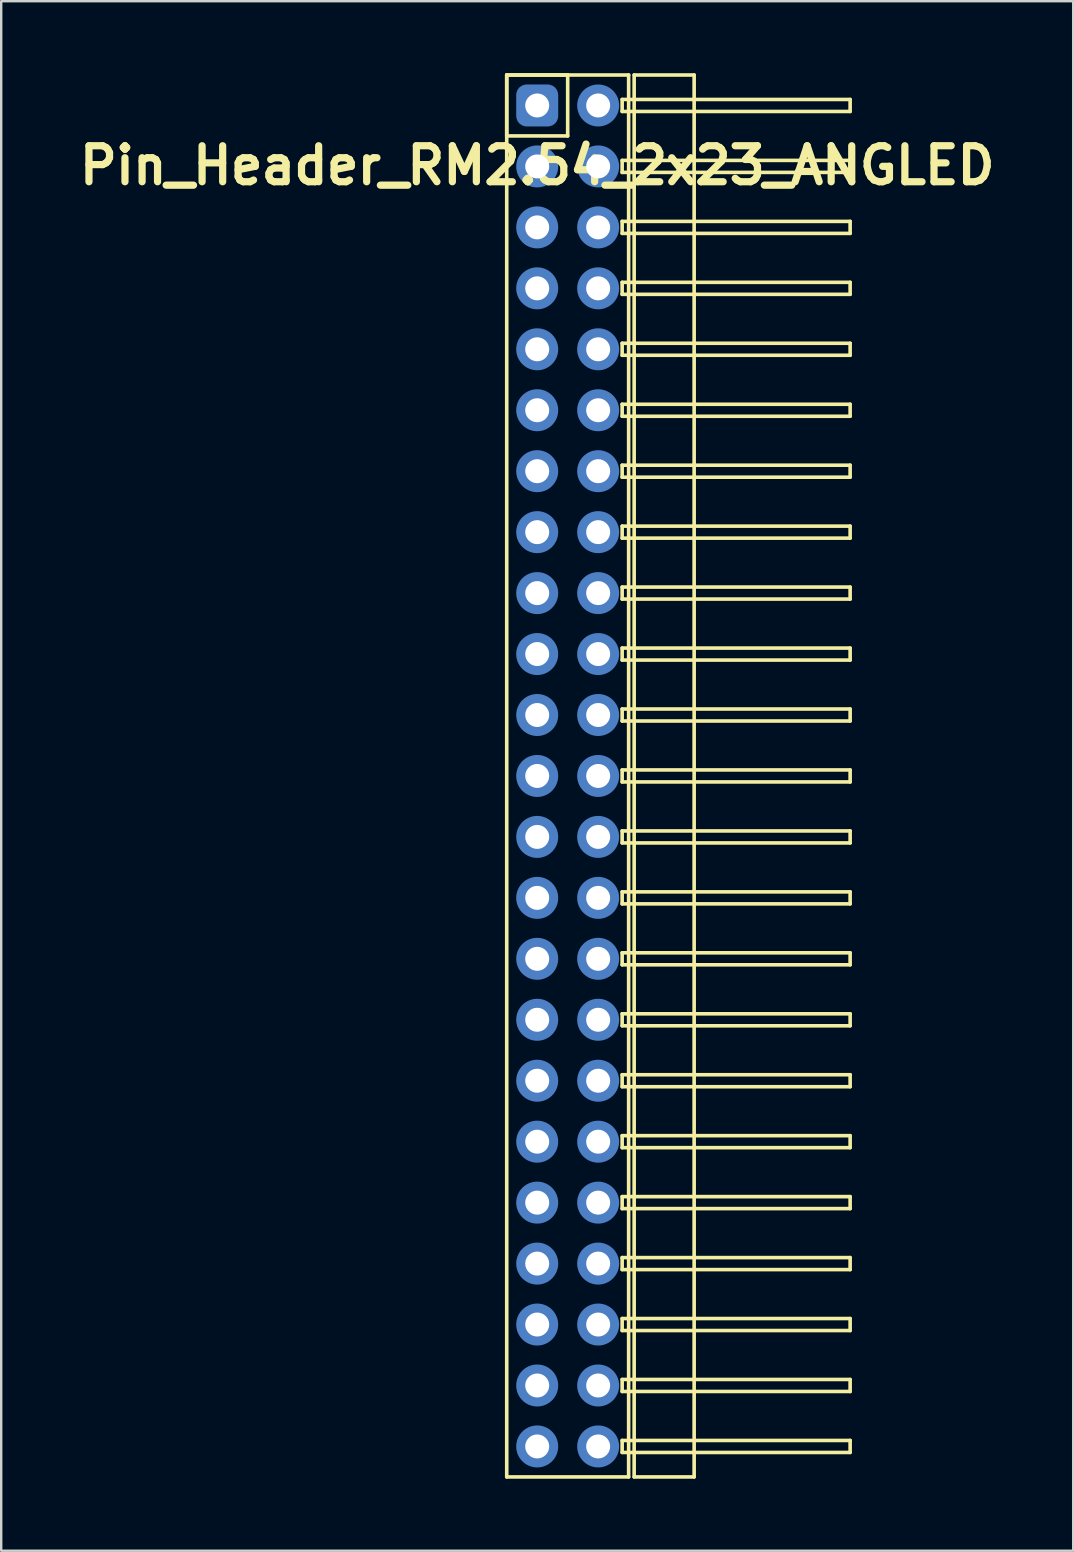
<source format=kicad_pcb>
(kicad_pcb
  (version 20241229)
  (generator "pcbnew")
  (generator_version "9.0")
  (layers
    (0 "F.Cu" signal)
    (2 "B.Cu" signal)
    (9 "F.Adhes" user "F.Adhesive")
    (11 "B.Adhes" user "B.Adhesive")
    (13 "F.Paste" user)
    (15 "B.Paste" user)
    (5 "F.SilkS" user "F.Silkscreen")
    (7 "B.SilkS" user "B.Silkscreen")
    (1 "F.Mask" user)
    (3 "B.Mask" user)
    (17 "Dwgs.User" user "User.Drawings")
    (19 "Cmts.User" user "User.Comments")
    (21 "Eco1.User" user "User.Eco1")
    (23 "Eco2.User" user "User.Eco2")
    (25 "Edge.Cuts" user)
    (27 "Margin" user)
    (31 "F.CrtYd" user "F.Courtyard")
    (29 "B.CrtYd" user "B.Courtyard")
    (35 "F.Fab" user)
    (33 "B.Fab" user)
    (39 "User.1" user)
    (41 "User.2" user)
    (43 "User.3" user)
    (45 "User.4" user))
  (footprint "Pin_Header_RM2.54_2x23_ANGLED"
    (layer "F.Cu")
    (at 19.336 1.345)
    (property "Reference" "Pin_Header_RM2.54_2x23_ANGLED" (at 0 2.5 0) (layer "F.SilkS") (effects (font (size 1.5 1.5) (thickness 0.3))))
    (attr through_hole)
    (fp_line (start -1.27 -1.27) (end 1.27 -1.27) (stroke (width 0.15) (type solid)) (layer "F.SilkS"))
    (fp_line (start -1.27 -1.27) (end 3.81 -1.27) (stroke (width 0.15) (type solid)) (layer "F.SilkS"))
    (fp_line (start -1.27 1.27) (end -1.27 -1.27) (stroke (width 0.15) (type solid)) (layer "F.SilkS"))
    (fp_line (start -1.27 57.15) (end -1.27 -1.27) (stroke (width 0.15) (type solid)) (layer "F.SilkS"))
    (fp_line (start 1.27 -1.27) (end 1.27 1.27) (stroke (width 0.15) (type solid)) (layer "F.SilkS"))
    (fp_line (start 1.27 1.27) (end -1.27 1.27) (stroke (width 0.15) (type solid)) (layer "F.SilkS"))
    (fp_line (start 3.54 -0.25) (end 13.04 -0.25) (stroke (width 0.15) (type solid)) (layer "F.SilkS"))
    (fp_line (start 3.54 0.25) (end 3.54 -0.25) (stroke (width 0.15) (type solid)) (layer "F.SilkS"))
    (fp_line (start 3.54 2.29) (end 13.04 2.29) (stroke (width 0.15) (type solid)) (layer "F.SilkS"))
    (fp_line (start 3.54 2.79) (end 3.54 2.29) (stroke (width 0.15) (type solid)) (layer "F.SilkS"))
    (fp_line (start 3.54 4.83) (end 13.04 4.83) (stroke (width 0.15) (type solid)) (layer "F.SilkS"))
    (fp_line (start 3.54 5.33) (end 3.54 4.83) (stroke (width 0.15) (type solid)) (layer "F.SilkS"))
    (fp_line (start 3.54 7.37) (end 13.04 7.37) (stroke (width 0.15) (type solid)) (layer "F.SilkS"))
    (fp_line (start 3.54 7.87) (end 3.54 7.37) (stroke (width 0.15) (type solid)) (layer "F.SilkS"))
    (fp_line (start 3.54 9.91) (end 13.04 9.91) (stroke (width 0.15) (type solid)) (layer "F.SilkS"))
    (fp_line (start 3.54 10.41) (end 3.54 9.91) (stroke (width 0.15) (type solid)) (layer "F.SilkS"))
    (fp_line (start 3.54 12.45) (end 13.04 12.45) (stroke (width 0.15) (type solid)) (layer "F.SilkS"))
    (fp_line (start 3.54 12.95) (end 3.54 12.45) (stroke (width 0.15) (type solid)) (layer "F.SilkS"))
    (fp_line (start 3.54 14.99) (end 13.04 14.99) (stroke (width 0.15) (type solid)) (layer "F.SilkS"))
    (fp_line (start 3.54 15.49) (end 3.54 14.99) (stroke (width 0.15) (type solid)) (layer "F.SilkS"))
    (fp_line (start 3.54 17.53) (end 13.04 17.53) (stroke (width 0.15) (type solid)) (layer "F.SilkS"))
    (fp_line (start 3.54 18.03) (end 3.54 17.53) (stroke (width 0.15) (type solid)) (layer "F.SilkS"))
    (fp_line (start 3.54 20.07) (end 13.04 20.07) (stroke (width 0.15) (type solid)) (layer "F.SilkS"))
    (fp_line (start 3.54 20.57) (end 3.54 20.07) (stroke (width 0.15) (type solid)) (layer "F.SilkS"))
    (fp_line (start 3.54 22.61) (end 13.04 22.61) (stroke (width 0.15) (type solid)) (layer "F.SilkS"))
    (fp_line (start 3.54 23.11) (end 3.54 22.61) (stroke (width 0.15) (type solid)) (layer "F.SilkS"))
    (fp_line (start 3.54 25.15) (end 13.04 25.15) (stroke (width 0.15) (type solid)) (layer "F.SilkS"))
    (fp_line (start 3.54 25.65) (end 3.54 25.15) (stroke (width 0.15) (type solid)) (layer "F.SilkS"))
    (fp_line (start 3.54 27.69) (end 13.04 27.69) (stroke (width 0.15) (type solid)) (layer "F.SilkS"))
    (fp_line (start 3.54 28.19) (end 3.54 27.69) (stroke (width 0.15) (type solid)) (layer "F.SilkS"))
    (fp_line (start 3.54 30.23) (end 13.04 30.23) (stroke (width 0.15) (type solid)) (layer "F.SilkS"))
    (fp_line (start 3.54 30.73) (end 3.54 30.23) (stroke (width 0.15) (type solid)) (layer "F.SilkS"))
    (fp_line (start 3.54 32.77) (end 13.04 32.77) (stroke (width 0.15) (type solid)) (layer "F.SilkS"))
    (fp_line (start 3.54 33.27) (end 3.54 32.77) (stroke (width 0.15) (type solid)) (layer "F.SilkS"))
    (fp_line (start 3.54 35.31) (end 13.04 35.31) (stroke (width 0.15) (type solid)) (layer "F.SilkS"))
    (fp_line (start 3.54 35.81) (end 3.54 35.31) (stroke (width 0.15) (type solid)) (layer "F.SilkS"))
    (fp_line (start 3.54 37.85) (end 13.04 37.85) (stroke (width 0.15) (type solid)) (layer "F.SilkS"))
    (fp_line (start 3.54 38.35) (end 3.54 37.85) (stroke (width 0.15) (type solid)) (layer "F.SilkS"))
    (fp_line (start 3.54 40.39) (end 13.04 40.39) (stroke (width 0.15) (type solid)) (layer "F.SilkS"))
    (fp_line (start 3.54 40.89) (end 3.54 40.39) (stroke (width 0.15) (type solid)) (layer "F.SilkS"))
    (fp_line (start 3.54 42.93) (end 13.04 42.93) (stroke (width 0.15) (type solid)) (layer "F.SilkS"))
    (fp_line (start 3.54 43.43) (end 3.54 42.93) (stroke (width 0.15) (type solid)) (layer "F.SilkS"))
    (fp_line (start 3.54 45.47) (end 13.04 45.47) (stroke (width 0.15) (type solid)) (layer "F.SilkS"))
    (fp_line (start 3.54 45.97) (end 3.54 45.47) (stroke (width 0.15) (type solid)) (layer "F.SilkS"))
    (fp_line (start 3.54 48.01) (end 13.04 48.01) (stroke (width 0.15) (type solid)) (layer "F.SilkS"))
    (fp_line (start 3.54 48.51) (end 3.54 48.01) (stroke (width 0.15) (type solid)) (layer "F.SilkS"))
    (fp_line (start 3.54 50.55) (end 13.04 50.55) (stroke (width 0.15) (type solid)) (layer "F.SilkS"))
    (fp_line (start 3.54 51.05) (end 3.54 50.55) (stroke (width 0.15) (type solid)) (layer "F.SilkS"))
    (fp_line (start 3.54 53.09) (end 13.04 53.09) (stroke (width 0.15) (type solid)) (layer "F.SilkS"))
    (fp_line (start 3.54 53.59) (end 3.54 53.09) (stroke (width 0.15) (type solid)) (layer "F.SilkS"))
    (fp_line (start 3.54 55.63) (end 13.04 55.63) (stroke (width 0.15) (type solid)) (layer "F.SilkS"))
    (fp_line (start 3.54 56.13) (end 3.54 55.63) (stroke (width 0.15) (type solid)) (layer "F.SilkS"))
    (fp_line (start 3.81 -1.27) (end 3.81 57.15) (stroke (width 0.15) (type solid)) (layer "F.SilkS"))
    (fp_line (start 3.81 57.15) (end -1.27 57.15) (stroke (width 0.15) (type solid)) (layer "F.SilkS"))
    (fp_line (start 4.04 -1.27) (end 6.54 -1.27) (stroke (width 0.15) (type solid)) (layer "F.SilkS"))
    (fp_line (start 4.04 57.15) (end 4.04 -1.27) (stroke (width 0.15) (type solid)) (layer "F.SilkS"))
    (fp_line (start 6.54 -1.27) (end 6.54 57.15) (stroke (width 0.15) (type solid)) (layer "F.SilkS"))
    (fp_line (start 6.54 57.15) (end 4.04 57.15) (stroke (width 0.15) (type solid)) (layer "F.SilkS"))
    (fp_line (start 13.04 -0.25) (end 13.04 0.25) (stroke (width 0.15) (type solid)) (layer "F.SilkS"))
    (fp_line (start 13.04 0.25) (end 3.54 0.25) (stroke (width 0.15) (type solid)) (layer "F.SilkS"))
    (fp_line (start 13.04 2.29) (end 13.04 2.79) (stroke (width 0.15) (type solid)) (layer "F.SilkS"))
    (fp_line (start 13.04 2.79) (end 3.54 2.79) (stroke (width 0.15) (type solid)) (layer "F.SilkS"))
    (fp_line (start 13.04 4.83) (end 13.04 5.33) (stroke (width 0.15) (type solid)) (layer "F.SilkS"))
    (fp_line (start 13.04 5.33) (end 3.54 5.33) (stroke (width 0.15) (type solid)) (layer "F.SilkS"))
    (fp_line (start 13.04 7.37) (end 13.04 7.87) (stroke (width 0.15) (type solid)) (layer "F.SilkS"))
    (fp_line (start 13.04 7.87) (end 3.54 7.87) (stroke (width 0.15) (type solid)) (layer "F.SilkS"))
    (fp_line (start 13.04 9.91) (end 13.04 10.41) (stroke (width 0.15) (type solid)) (layer "F.SilkS"))
    (fp_line (start 13.04 10.41) (end 3.54 10.41) (stroke (width 0.15) (type solid)) (layer "F.SilkS"))
    (fp_line (start 13.04 12.45) (end 13.04 12.95) (stroke (width 0.15) (type solid)) (layer "F.SilkS"))
    (fp_line (start 13.04 12.95) (end 3.54 12.95) (stroke (width 0.15) (type solid)) (layer "F.SilkS"))
    (fp_line (start 13.04 14.99) (end 13.04 15.49) (stroke (width 0.15) (type solid)) (layer "F.SilkS"))
    (fp_line (start 13.04 15.49) (end 3.54 15.49) (stroke (width 0.15) (type solid)) (layer "F.SilkS"))
    (fp_line (start 13.04 17.53) (end 13.04 18.03) (stroke (width 0.15) (type solid)) (layer "F.SilkS"))
    (fp_line (start 13.04 18.03) (end 3.54 18.03) (stroke (width 0.15) (type solid)) (layer "F.SilkS"))
    (fp_line (start 13.04 20.07) (end 13.04 20.57) (stroke (width 0.15) (type solid)) (layer "F.SilkS"))
    (fp_line (start 13.04 20.57) (end 3.54 20.57) (stroke (width 0.15) (type solid)) (layer "F.SilkS"))
    (fp_line (start 13.04 22.61) (end 13.04 23.11) (stroke (width 0.15) (type solid)) (layer "F.SilkS"))
    (fp_line (start 13.04 23.11) (end 3.54 23.11) (stroke (width 0.15) (type solid)) (layer "F.SilkS"))
    (fp_line (start 13.04 25.15) (end 13.04 25.65) (stroke (width 0.15) (type solid)) (layer "F.SilkS"))
    (fp_line (start 13.04 25.65) (end 3.54 25.65) (stroke (width 0.15) (type solid)) (layer "F.SilkS"))
    (fp_line (start 13.04 27.69) (end 13.04 28.19) (stroke (width 0.15) (type solid)) (layer "F.SilkS"))
    (fp_line (start 13.04 28.19) (end 3.54 28.19) (stroke (width 0.15) (type solid)) (layer "F.SilkS"))
    (fp_line (start 13.04 30.23) (end 13.04 30.73) (stroke (width 0.15) (type solid)) (layer "F.SilkS"))
    (fp_line (start 13.04 30.73) (end 3.54 30.73) (stroke (width 0.15) (type solid)) (layer "F.SilkS"))
    (fp_line (start 13.04 32.77) (end 13.04 33.27) (stroke (width 0.15) (type solid)) (layer "F.SilkS"))
    (fp_line (start 13.04 33.27) (end 3.54 33.27) (stroke (width 0.15) (type solid)) (layer "F.SilkS"))
    (fp_line (start 13.04 35.31) (end 13.04 35.81) (stroke (width 0.15) (type solid)) (layer "F.SilkS"))
    (fp_line (start 13.04 35.81) (end 3.54 35.81) (stroke (width 0.15) (type solid)) (layer "F.SilkS"))
    (fp_line (start 13.04 37.85) (end 13.04 38.35) (stroke (width 0.15) (type solid)) (layer "F.SilkS"))
    (fp_line (start 13.04 38.35) (end 3.54 38.35) (stroke (width 0.15) (type solid)) (layer "F.SilkS"))
    (fp_line (start 13.04 40.39) (end 13.04 40.89) (stroke (width 0.15) (type solid)) (layer "F.SilkS"))
    (fp_line (start 13.04 40.89) (end 3.54 40.89) (stroke (width 0.15) (type solid)) (layer "F.SilkS"))
    (fp_line (start 13.04 42.93) (end 13.04 43.43) (stroke (width 0.15) (type solid)) (layer "F.SilkS"))
    (fp_line (start 13.04 43.43) (end 3.54 43.43) (stroke (width 0.15) (type solid)) (layer "F.SilkS"))
    (fp_line (start 13.04 45.47) (end 13.04 45.97) (stroke (width 0.15) (type solid)) (layer "F.SilkS"))
    (fp_line (start 13.04 45.97) (end 3.54 45.97) (stroke (width 0.15) (type solid)) (layer "F.SilkS"))
    (fp_line (start 13.04 48.01) (end 13.04 48.51) (stroke (width 0.15) (type solid)) (layer "F.SilkS"))
    (fp_line (start 13.04 48.51) (end 3.54 48.51) (stroke (width 0.15) (type solid)) (layer "F.SilkS"))
    (fp_line (start 13.04 50.55) (end 13.04 51.05) (stroke (width 0.15) (type solid)) (layer "F.SilkS"))
    (fp_line (start 13.04 51.05) (end 3.54 51.05) (stroke (width 0.15) (type solid)) (layer "F.SilkS"))
    (fp_line (start 13.04 53.09) (end 13.04 53.59) (stroke (width 0.15) (type solid)) (layer "F.SilkS"))
    (fp_line (start 13.04 53.59) (end 3.54 53.59) (stroke (width 0.15) (type solid)) (layer "F.SilkS"))
    (fp_line (start 13.04 55.63) (end 13.04 56.13) (stroke (width 0.15) (type solid)) (layer "F.SilkS"))
    (fp_line (start 13.04 56.13) (end 3.54 56.13) (stroke (width 0.15) (type solid)) (layer "F.SilkS"))
    (pad "1" thru_hole circle (at 0 0) (size 1.3 1.3) (drill 1) (layers "*.Cu" "*.Mask"))
    (pad "1" smd roundrect (at 0 0) (size 1.5 1.5) (layers "F.Cu" "F.Mask") (roundrect_rratio 0.25))
    (pad "1" smd roundrect (at 0 0) (size 1.75 1.75) (layers "B.Cu" "B.Mask") (roundrect_rratio 0.25))
    (pad "2" thru_hole circle (at 2.54 0) (size 1.3 1.3) (drill 1) (layers "*.Cu" "*.Mask"))
    (pad "2" smd circle (at 2.54 0) (size 1.5 1.5) (layers "F.Cu" "F.Mask"))
    (pad "2" smd circle (at 2.54 0) (size 1.75 1.75) (layers "B.Cu" "B.Mask"))
    (pad "3" thru_hole circle (at 0 2.54) (size 1.3 1.3) (drill 1) (layers "*.Cu" "*.Mask"))
    (pad "3" smd circle (at 0 2.54) (size 1.5 1.5) (layers "F.Cu" "F.Mask"))
    (pad "3" smd circle (at 0 2.54) (size 1.75 1.75) (layers "B.Cu" "B.Mask"))
    (pad "4" thru_hole circle (at 2.54 2.54) (size 1.3 1.3) (drill 1) (layers "*.Cu" "*.Mask"))
    (pad "4" smd circle (at 2.54 2.54) (size 1.5 1.5) (layers "F.Cu" "F.Mask"))
    (pad "4" smd circle (at 2.54 2.54) (size 1.75 1.75) (layers "B.Cu" "B.Mask"))
    (pad "5" thru_hole circle (at 0 5.08) (size 1.3 1.3) (drill 1) (layers "*.Cu" "*.Mask"))
    (pad "5" smd circle (at 0 5.08) (size 1.5 1.5) (layers "F.Cu" "F.Mask"))
    (pad "5" smd circle (at 0 5.08) (size 1.75 1.75) (layers "B.Cu" "B.Mask"))
    (pad "6" thru_hole circle (at 2.54 5.08) (size 1.3 1.3) (drill 1) (layers "*.Cu" "*.Mask"))
    (pad "6" smd circle (at 2.54 5.08) (size 1.5 1.5) (layers "F.Cu" "F.Mask"))
    (pad "6" smd circle (at 2.54 5.08) (size 1.75 1.75) (layers "B.Cu" "B.Mask"))
    (pad "7" thru_hole circle (at 0 7.62) (size 1.3 1.3) (drill 1) (layers "*.Cu" "*.Mask"))
    (pad "7" smd circle (at 0 7.62) (size 1.5 1.5) (layers "F.Cu" "F.Mask"))
    (pad "7" smd circle (at 0 7.62) (size 1.75 1.75) (layers "B.Cu" "B.Mask"))
    (pad "8" thru_hole circle (at 2.54 7.62) (size 1.3 1.3) (drill 1) (layers "*.Cu" "*.Mask"))
    (pad "8" smd circle (at 2.54 7.62) (size 1.5 1.5) (layers "F.Cu" "F.Mask"))
    (pad "8" smd circle (at 2.54 7.62) (size 1.75 1.75) (layers "B.Cu" "B.Mask"))
    (pad "9" thru_hole circle (at 0 10.16) (size 1.3 1.3) (drill 1) (layers "*.Cu" "*.Mask"))
    (pad "9" smd circle (at 0 10.16) (size 1.5 1.5) (layers "F.Cu" "F.Mask"))
    (pad "9" smd circle (at 0 10.16) (size 1.75 1.75) (layers "B.Cu" "B.Mask"))
    (pad "10" thru_hole circle (at 2.54 10.16) (size 1.3 1.3) (drill 1) (layers "*.Cu" "*.Mask"))
    (pad "10" smd circle (at 2.54 10.16) (size 1.5 1.5) (layers "F.Cu" "F.Mask"))
    (pad "10" smd circle (at 2.54 10.16) (size 1.75 1.75) (layers "B.Cu" "B.Mask"))
    (pad "11" thru_hole circle (at 0 12.7) (size 1.3 1.3) (drill 1) (layers "*.Cu" "*.Mask"))
    (pad "11" smd circle (at 0 12.7) (size 1.5 1.5) (layers "F.Cu" "F.Mask"))
    (pad "11" smd circle (at 0 12.7) (size 1.75 1.75) (layers "B.Cu" "B.Mask"))
    (pad "12" thru_hole circle (at 2.54 12.7) (size 1.3 1.3) (drill 1) (layers "*.Cu" "*.Mask"))
    (pad "12" smd circle (at 2.54 12.7) (size 1.5 1.5) (layers "F.Cu" "F.Mask"))
    (pad "12" smd circle (at 2.54 12.7) (size 1.75 1.75) (layers "B.Cu" "B.Mask"))
    (pad "13" thru_hole circle (at 0 15.24) (size 1.3 1.3) (drill 1) (layers "*.Cu" "*.Mask"))
    (pad "13" smd circle (at 0 15.24) (size 1.5 1.5) (layers "F.Cu" "F.Mask"))
    (pad "13" smd circle (at 0 15.24) (size 1.75 1.75) (layers "B.Cu" "B.Mask"))
    (pad "14" thru_hole circle (at 2.54 15.24) (size 1.3 1.3) (drill 1) (layers "*.Cu" "*.Mask"))
    (pad "14" smd circle (at 2.54 15.24) (size 1.5 1.5) (layers "F.Cu" "F.Mask"))
    (pad "14" smd circle (at 2.54 15.24) (size 1.75 1.75) (layers "B.Cu" "B.Mask"))
    (pad "15" thru_hole circle (at 0 17.78) (size 1.3 1.3) (drill 1) (layers "*.Cu" "*.Mask"))
    (pad "15" smd circle (at 0 17.78) (size 1.5 1.5) (layers "F.Cu" "F.Mask"))
    (pad "15" smd circle (at 0 17.78) (size 1.75 1.75) (layers "B.Cu" "B.Mask"))
    (pad "16" thru_hole circle (at 2.54 17.78) (size 1.3 1.3) (drill 1) (layers "*.Cu" "*.Mask"))
    (pad "16" smd circle (at 2.54 17.78) (size 1.5 1.5) (layers "F.Cu" "F.Mask"))
    (pad "16" smd circle (at 2.54 17.78) (size 1.75 1.75) (layers "B.Cu" "B.Mask"))
    (pad "17" thru_hole circle (at 0 20.32) (size 1.3 1.3) (drill 1) (layers "*.Cu" "*.Mask"))
    (pad "17" smd circle (at 0 20.32) (size 1.5 1.5) (layers "F.Cu" "F.Mask"))
    (pad "17" smd circle (at 0 20.32) (size 1.75 1.75) (layers "B.Cu" "B.Mask"))
    (pad "18" thru_hole circle (at 2.54 20.32) (size 1.3 1.3) (drill 1) (layers "*.Cu" "*.Mask"))
    (pad "18" smd circle (at 2.54 20.32) (size 1.5 1.5) (layers "F.Cu" "F.Mask"))
    (pad "18" smd circle (at 2.54 20.32) (size 1.75 1.75) (layers "B.Cu" "B.Mask"))
    (pad "19" thru_hole circle (at 0 22.86) (size 1.3 1.3) (drill 1) (layers "*.Cu" "*.Mask"))
    (pad "19" smd circle (at 0 22.86) (size 1.5 1.5) (layers "F.Cu" "F.Mask"))
    (pad "19" smd circle (at 0 22.86) (size 1.75 1.75) (layers "B.Cu" "B.Mask"))
    (pad "20" thru_hole circle (at 2.54 22.86) (size 1.3 1.3) (drill 1) (layers "*.Cu" "*.Mask"))
    (pad "20" smd circle (at 2.54 22.86) (size 1.5 1.5) (layers "F.Cu" "F.Mask"))
    (pad "20" smd circle (at 2.54 22.86) (size 1.75 1.75) (layers "B.Cu" "B.Mask"))
    (pad "21" thru_hole circle (at 0 25.4) (size 1.3 1.3) (drill 1) (layers "*.Cu" "*.Mask"))
    (pad "21" smd circle (at 0 25.4) (size 1.5 1.5) (layers "F.Cu" "F.Mask"))
    (pad "21" smd circle (at 0 25.4) (size 1.75 1.75) (layers "B.Cu" "B.Mask"))
    (pad "22" thru_hole circle (at 2.54 25.4) (size 1.3 1.3) (drill 1) (layers "*.Cu" "*.Mask"))
    (pad "22" smd circle (at 2.54 25.4) (size 1.5 1.5) (layers "F.Cu" "F.Mask"))
    (pad "22" smd circle (at 2.54 25.4) (size 1.75 1.75) (layers "B.Cu" "B.Mask"))
    (pad "23" thru_hole circle (at 0 27.94) (size 1.3 1.3) (drill 1) (layers "*.Cu" "*.Mask"))
    (pad "23" smd circle (at 0 27.94) (size 1.5 1.5) (layers "F.Cu" "F.Mask"))
    (pad "23" smd circle (at 0 27.94) (size 1.75 1.75) (layers "B.Cu" "B.Mask"))
    (pad "24" thru_hole circle (at 2.54 27.94) (size 1.3 1.3) (drill 1) (layers "*.Cu" "*.Mask"))
    (pad "24" smd circle (at 2.54 27.94) (size 1.5 1.5) (layers "F.Cu" "F.Mask"))
    (pad "24" smd circle (at 2.54 27.94) (size 1.75 1.75) (layers "B.Cu" "B.Mask"))
    (pad "25" thru_hole circle (at 0 30.48) (size 1.3 1.3) (drill 1) (layers "*.Cu" "*.Mask"))
    (pad "25" smd circle (at 0 30.48) (size 1.5 1.5) (layers "F.Cu" "F.Mask"))
    (pad "25" smd circle (at 0 30.48) (size 1.75 1.75) (layers "B.Cu" "B.Mask"))
    (pad "26" thru_hole circle (at 2.54 30.48) (size 1.3 1.3) (drill 1) (layers "*.Cu" "*.Mask"))
    (pad "26" smd circle (at 2.54 30.48) (size 1.5 1.5) (layers "F.Cu" "F.Mask"))
    (pad "26" smd circle (at 2.54 30.48) (size 1.75 1.75) (layers "B.Cu" "B.Mask"))
    (pad "27" thru_hole circle (at 0 33.02) (size 1.3 1.3) (drill 1) (layers "*.Cu" "*.Mask"))
    (pad "27" smd circle (at 0 33.02) (size 1.5 1.5) (layers "F.Cu" "F.Mask"))
    (pad "27" smd circle (at 0 33.02) (size 1.75 1.75) (layers "B.Cu" "B.Mask"))
    (pad "28" thru_hole circle (at 2.54 33.02) (size 1.3 1.3) (drill 1) (layers "*.Cu" "*.Mask"))
    (pad "28" smd circle (at 2.54 33.02) (size 1.5 1.5) (layers "F.Cu" "F.Mask"))
    (pad "28" smd circle (at 2.54 33.02) (size 1.75 1.75) (layers "B.Cu" "B.Mask"))
    (pad "29" thru_hole circle (at 0 35.56) (size 1.3 1.3) (drill 1) (layers "*.Cu" "*.Mask"))
    (pad "29" smd circle (at 0 35.56) (size 1.5 1.5) (layers "F.Cu" "F.Mask"))
    (pad "29" smd circle (at 0 35.56) (size 1.75 1.75) (layers "B.Cu" "B.Mask"))
    (pad "30" thru_hole circle (at 2.54 35.56) (size 1.3 1.3) (drill 1) (layers "*.Cu" "*.Mask"))
    (pad "30" smd circle (at 2.54 35.56) (size 1.5 1.5) (layers "F.Cu" "F.Mask"))
    (pad "30" smd circle (at 2.54 35.56) (size 1.75 1.75) (layers "B.Cu" "B.Mask"))
    (pad "31" thru_hole circle (at 0 38.1) (size 1.3 1.3) (drill 1) (layers "*.Cu" "*.Mask"))
    (pad "31" smd circle (at 0 38.1) (size 1.5 1.5) (layers "F.Cu" "F.Mask"))
    (pad "31" smd circle (at 0 38.1) (size 1.75 1.75) (layers "B.Cu" "B.Mask"))
    (pad "32" thru_hole circle (at 2.54 38.1) (size 1.3 1.3) (drill 1) (layers "*.Cu" "*.Mask"))
    (pad "32" smd circle (at 2.54 38.1) (size 1.5 1.5) (layers "F.Cu" "F.Mask"))
    (pad "32" smd circle (at 2.54 38.1) (size 1.75 1.75) (layers "B.Cu" "B.Mask"))
    (pad "33" thru_hole circle (at 0 40.64) (size 1.3 1.3) (drill 1) (layers "*.Cu" "*.Mask"))
    (pad "33" smd circle (at 0 40.64) (size 1.5 1.5) (layers "F.Cu" "F.Mask"))
    (pad "33" smd circle (at 0 40.64) (size 1.75 1.75) (layers "B.Cu" "B.Mask"))
    (pad "34" thru_hole circle (at 2.54 40.64) (size 1.3 1.3) (drill 1) (layers "*.Cu" "*.Mask"))
    (pad "34" smd circle (at 2.54 40.64) (size 1.5 1.5) (layers "F.Cu" "F.Mask"))
    (pad "34" smd circle (at 2.54 40.64) (size 1.75 1.75) (layers "B.Cu" "B.Mask"))
    (pad "35" thru_hole circle (at 0 43.18) (size 1.3 1.3) (drill 1) (layers "*.Cu" "*.Mask"))
    (pad "35" smd circle (at 0 43.18) (size 1.5 1.5) (layers "F.Cu" "F.Mask"))
    (pad "35" smd circle (at 0 43.18) (size 1.75 1.75) (layers "B.Cu" "B.Mask"))
    (pad "36" thru_hole circle (at 2.54 43.18) (size 1.3 1.3) (drill 1) (layers "*.Cu" "*.Mask"))
    (pad "36" smd circle (at 2.54 43.18) (size 1.5 1.5) (layers "F.Cu" "F.Mask"))
    (pad "36" smd circle (at 2.54 43.18) (size 1.75 1.75) (layers "B.Cu" "B.Mask"))
    (pad "37" thru_hole circle (at 0 45.72) (size 1.3 1.3) (drill 1) (layers "*.Cu" "*.Mask"))
    (pad "37" smd circle (at 0 45.72) (size 1.5 1.5) (layers "F.Cu" "F.Mask"))
    (pad "37" smd circle (at 0 45.72) (size 1.75 1.75) (layers "B.Cu" "B.Mask"))
    (pad "38" thru_hole circle (at 2.54 45.72) (size 1.3 1.3) (drill 1) (layers "*.Cu" "*.Mask"))
    (pad "38" smd circle (at 2.54 45.72) (size 1.5 1.5) (layers "F.Cu" "F.Mask"))
    (pad "38" smd circle (at 2.54 45.72) (size 1.75 1.75) (layers "B.Cu" "B.Mask"))
    (pad "39" thru_hole circle (at 0 48.26) (size 1.3 1.3) (drill 1) (layers "*.Cu" "*.Mask"))
    (pad "39" smd circle (at 0 48.26) (size 1.5 1.5) (layers "F.Cu" "F.Mask"))
    (pad "39" smd circle (at 0 48.26) (size 1.75 1.75) (layers "B.Cu" "B.Mask"))
    (pad "40" thru_hole circle (at 2.54 48.26) (size 1.3 1.3) (drill 1) (layers "*.Cu" "*.Mask"))
    (pad "40" smd circle (at 2.54 48.26) (size 1.5 1.5) (layers "F.Cu" "F.Mask"))
    (pad "40" smd circle (at 2.54 48.26) (size 1.75 1.75) (layers "B.Cu" "B.Mask"))
    (pad "41" thru_hole circle (at 0 50.8) (size 1.3 1.3) (drill 1) (layers "*.Cu" "*.Mask"))
    (pad "41" smd circle (at 0 50.8) (size 1.5 1.5) (layers "F.Cu" "F.Mask"))
    (pad "41" smd circle (at 0 50.8) (size 1.75 1.75) (layers "B.Cu" "B.Mask"))
    (pad "42" thru_hole circle (at 2.54 50.8) (size 1.3 1.3) (drill 1) (layers "*.Cu" "*.Mask"))
    (pad "42" smd circle (at 2.54 50.8) (size 1.5 1.5) (layers "F.Cu" "F.Mask"))
    (pad "42" smd circle (at 2.54 50.8) (size 1.75 1.75) (layers "B.Cu" "B.Mask"))
    (pad "43" thru_hole circle (at 0 53.34) (size 1.3 1.3) (drill 1) (layers "*.Cu" "*.Mask"))
    (pad "43" smd circle (at 0 53.34) (size 1.5 1.5) (layers "F.Cu" "F.Mask"))
    (pad "43" smd circle (at 0 53.34) (size 1.75 1.75) (layers "B.Cu" "B.Mask"))
    (pad "44" thru_hole circle (at 2.54 53.34) (size 1.3 1.3) (drill 1) (layers "*.Cu" "*.Mask"))
    (pad "44" smd circle (at 2.54 53.34) (size 1.5 1.5) (layers "F.Cu" "F.Mask"))
    (pad "44" smd circle (at 2.54 53.34) (size 1.75 1.75) (layers "B.Cu" "B.Mask"))
    (pad "45" thru_hole circle (at 0 55.88) (size 1.3 1.3) (drill 1) (layers "*.Cu" "*.Mask"))
    (pad "45" smd circle (at 0 55.88) (size 1.5 1.5) (layers "F.Cu" "F.Mask"))
    (pad "45" smd circle (at 0 55.88) (size 1.75 1.75) (layers "B.Cu" "B.Mask"))
    (pad "46" thru_hole circle (at 2.54 55.88) (size 1.3 1.3) (drill 1) (layers "*.Cu" "*.Mask"))
    (pad "46" smd circle (at 2.54 55.88) (size 1.5 1.5) (layers "F.Cu" "F.Mask"))
    (pad "46" smd circle (at 2.54 55.88) (size 1.75 1.75) (layers "B.Cu" "B.Mask")))
  (gr_rect
    (start -3 -3)
    (end 41.671 61.57)
    (stroke (width 0.1) (type default))
    (fill no)
    (layer "Edge.Cuts")))
</source>
